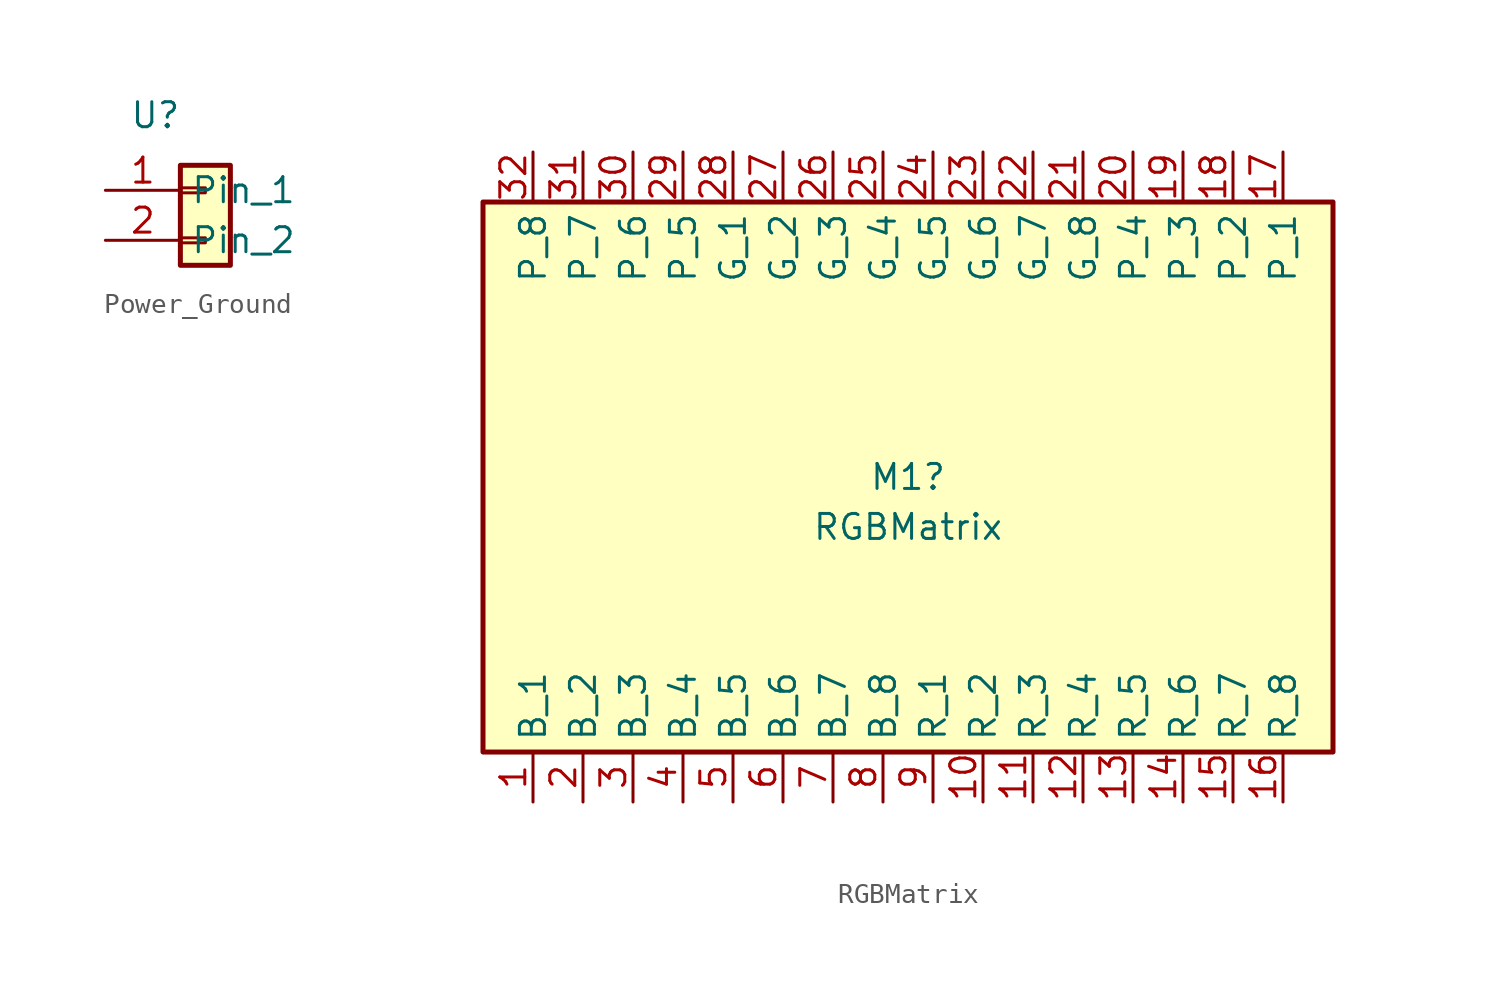
<source format=kicad_sym>
(kicad_symbol_lib
  (version 20220914)
  (generator kicad_symbol_editor)
  (symbol "Power_Ground"
    (property "Reference" "U"
      (at 0 0 0)
      (effects (font (size 1.27 1.27))))
    (property "Value" ""
      (at 0 0 0)
      (effects (font (size 1.27 1.27))))
    (symbol "Power_Ground_1_1"
      (rectangle (start 1.27 -6.223) (end 2.54 -6.477) (stroke (width 0.152) (type default)) (fill (type none)))
      (rectangle (start 1.27 -3.683) (end 2.54 -3.937) (stroke (width 0.152) (type default)) (fill (type none)))
      (rectangle (start 1.27 -2.54) (end 3.81 -7.62) (stroke (width 0.254) (type default)) (fill (type background)))
      (pin passive line (at -2.54 -3.81 0) (length 3.81) (name "Pin_1" (effects (font (size 1.27 1.27)))) (number "1" (effects (font (size 1.27 1.27)))))
      (pin passive line (at -2.54 -6.35 0) (length 3.81) (name "Pin_2" (effects (font (size 1.27 1.27)))) (number "2" (effects (font (size 1.27 1.27)))))))
  (symbol "RGBMatrix"
    (property "Reference" "M1"
      (at 0 0 0)
      (effects (font (size 1.27 1.27))))
    (property "Value" "RGBMatrix"
      (at 0 -2.54 0)
      (effects (font (size 1.27 1.27))))
    (symbol "RGBMatrix_0_0"
      (pin power_out line (at -19.05 -16.51 90) (length 2.54) (name "B_1" (effects (font (size 1.27 1.27)))) (number "1" (effects (font (size 1.27 1.27)))))
      (pin power_out line (at -16.51 -16.51 90) (length 2.54) (name "B_2" (effects (font (size 1.27 1.27)))) (number "2" (effects (font (size 1.27 1.27)))))
      (pin power_out line (at -11.43 -16.51 90) (length 2.54) (name "B_4" (effects (font (size 1.27 1.27)))) (number "4" (effects (font (size 1.27 1.27))))))
    (symbol "RGBMatrix_0_1"
      (rectangle (start -21.59 13.97) (end 21.59 -13.97) (stroke (width 0.254) (type default)) (fill (type background))))
    (symbol "RGBMatrix_1_0"
      (pin power_out line (at 3.81 -16.51 90) (length 2.54) (name "R_2" (effects (font (size 1.27 1.27)))) (number "10" (effects (font (size 1.27 1.27)))))
      (pin power_out line (at 6.35 -16.51 90) (length 2.54) (name "R_3" (effects (font (size 1.27 1.27)))) (number "11" (effects (font (size 1.27 1.27)))))
      (pin power_out line (at 8.89 -16.51 90) (length 2.54) (name "R_4" (effects (font (size 1.27 1.27)))) (number "12" (effects (font (size 1.27 1.27)))))
      (pin power_out line (at 11.43 -16.51 90) (length 2.54) (name "R_5" (effects (font (size 1.27 1.27)))) (number "13" (effects (font (size 1.27 1.27)))))
      (pin power_out line (at 13.97 -16.51 90) (length 2.54) (name "R_6" (effects (font (size 1.27 1.27)))) (number "14" (effects (font (size 1.27 1.27)))))
      (pin power_out line (at 16.51 -16.51 90) (length 2.54) (name "R_7" (effects (font (size 1.27 1.27)))) (number "15" (effects (font (size 1.27 1.27)))))
      (pin power_out line (at 19.05 -16.51 90) (length 2.54) (name "R_8" (effects (font (size 1.27 1.27)))) (number "16" (effects (font (size 1.27 1.27)))))
      (pin power_in line (at 19.05 16.51 270) (length 2.54) (name "P_1" (effects (font (size 1.27 1.27)))) (number "17" (effects (font (size 1.27 1.27)))))
      (pin power_in line (at 16.51 16.51 270) (length 2.54) (name "P_2" (effects (font (size 1.27 1.27)))) (number "18" (effects (font (size 1.27 1.27)))))
      (pin power_in line (at 13.97 16.51 270) (length 2.54) (name "P_3" (effects (font (size 1.27 1.27)))) (number "19" (effects (font (size 1.27 1.27)))))
      (pin power_in line (at 11.43 16.51 270) (length 2.54) (name "P_4" (effects (font (size 1.27 1.27)))) (number "20" (effects (font (size 1.27 1.27)))))
      (pin power_out line (at 8.89 16.51 270) (length 2.54) (name "G_8" (effects (font (size 1.27 1.27)))) (number "21" (effects (font (size 1.27 1.27)))))
      (pin power_out line (at 6.35 16.51 270) (length 2.54) (name "G_7" (effects (font (size 1.27 1.27)))) (number "22" (effects (font (size 1.27 1.27)))))
      (pin power_out line (at 3.81 16.51 270) (length 2.54) (name "G_6" (effects (font (size 1.27 1.27)))) (number "23" (effects (font (size 1.27 1.27)))))
      (pin power_out line (at 1.27 16.51 270) (length 2.54) (name "G_5" (effects (font (size 1.27 1.27)))) (number "24" (effects (font (size 1.27 1.27)))))
      (pin power_out line (at -1.27 16.51 270) (length 2.54) (name "G_4" (effects (font (size 1.27 1.27)))) (number "25" (effects (font (size 1.27 1.27)))))
      (pin power_out line (at -3.81 16.51 270) (length 2.54) (name "G_3" (effects (font (size 1.27 1.27)))) (number "26" (effects (font (size 1.27 1.27)))))
      (pin power_out line (at -6.35 16.51 270) (length 2.54) (name "G_2" (effects (font (size 1.27 1.27)))) (number "27" (effects (font (size 1.27 1.27)))))
      (pin power_out line (at -8.89 16.51 270) (length 2.54) (name "G_1" (effects (font (size 1.27 1.27)))) (number "28" (effects (font (size 1.27 1.27)))))
      (pin power_in line (at -11.43 16.51 270) (length 2.54) (name "P_5" (effects (font (size 1.27 1.27)))) (number "29" (effects (font (size 1.27 1.27)))))
      (pin power_out line (at -13.97 -16.51 90) (length 2.54) (name "B_3" (effects (font (size 1.27 1.27)))) (number "3" (effects (font (size 1.27 1.27)))))
      (pin power_in line (at -13.97 16.51 270) (length 2.54) (name "P_6" (effects (font (size 1.27 1.27)))) (number "30" (effects (font (size 1.27 1.27)))))
      (pin power_in line (at -16.51 16.51 270) (length 2.54) (name "P_7" (effects (font (size 1.27 1.27)))) (number "31" (effects (font (size 1.27 1.27)))))
      (pin power_in line (at -19.05 16.51 270) (length 2.54) (name "P_8" (effects (font (size 1.27 1.27)))) (number "32" (effects (font (size 1.27 1.27)))))
      (pin power_out line (at -8.89 -16.51 90) (length 2.54) (name "B_5" (effects (font (size 1.27 1.27)))) (number "5" (effects (font (size 1.27 1.27)))))
      (pin power_out line (at -6.35 -16.51 90) (length 2.54) (name "B_6" (effects (font (size 1.27 1.27)))) (number "6" (effects (font (size 1.27 1.27)))))
      (pin power_out line (at -3.81 -16.51 90) (length 2.54) (name "B_7" (effects (font (size 1.27 1.27)))) (number "7" (effects (font (size 1.27 1.27)))))
      (pin power_out line (at -1.27 -16.51 90) (length 2.54) (name "B_8" (effects (font (size 1.27 1.27)))) (number "8" (effects (font (size 1.27 1.27)))))
      (pin power_out line (at 1.27 -16.51 90) (length 2.54) (name "R_1" (effects (font (size 1.27 1.27)))) (number "9" (effects (font (size 1.27 1.27))))))))
</source>
